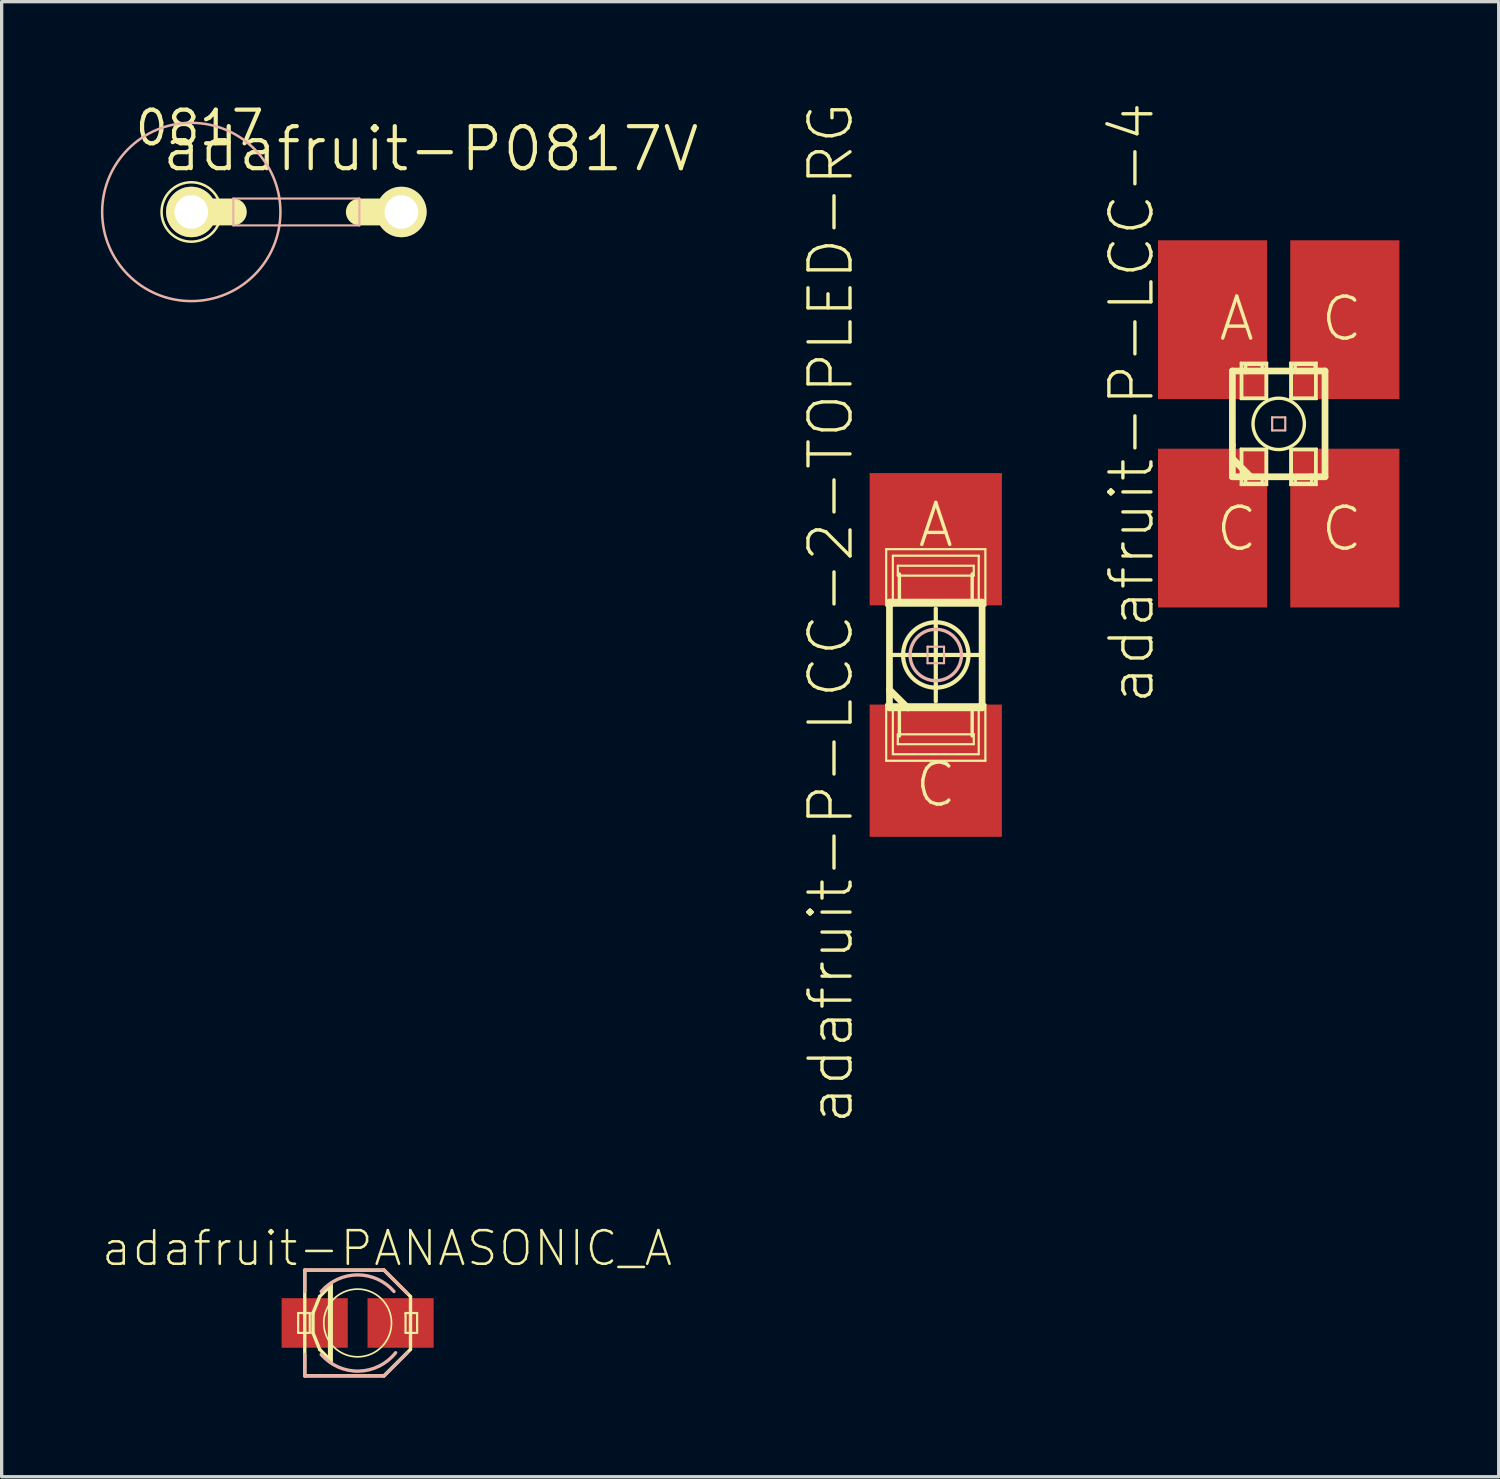
<source format=kicad_pcb>
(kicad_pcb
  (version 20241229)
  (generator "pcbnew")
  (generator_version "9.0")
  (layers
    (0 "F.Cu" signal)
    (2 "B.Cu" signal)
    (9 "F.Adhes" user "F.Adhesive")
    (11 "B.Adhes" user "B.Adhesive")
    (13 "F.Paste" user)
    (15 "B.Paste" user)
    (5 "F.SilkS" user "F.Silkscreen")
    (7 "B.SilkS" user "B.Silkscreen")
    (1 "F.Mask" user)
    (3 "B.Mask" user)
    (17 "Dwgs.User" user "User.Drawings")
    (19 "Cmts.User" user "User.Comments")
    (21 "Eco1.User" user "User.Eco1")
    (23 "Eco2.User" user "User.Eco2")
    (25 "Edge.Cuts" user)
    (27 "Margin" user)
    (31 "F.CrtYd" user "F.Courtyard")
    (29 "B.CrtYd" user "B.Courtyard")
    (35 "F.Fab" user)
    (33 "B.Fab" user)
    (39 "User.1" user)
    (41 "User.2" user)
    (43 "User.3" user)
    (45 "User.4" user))
  (footprint "adafruit-PANASONIC_A"
    (layer "F.Cu")
    (at 7.76 36.938)
    (property "Reference" "adafruit-PANASONIC_A" (at 0.889 -2.256 0) (layer "F.SilkS") (effects (font (size 1.016 1.016) (thickness 0.076))))
    (attr smd)
    (fp_line (start -1.798 -0.3) (end -1.448 -0.3) (stroke (width 0.066) (type solid)) (layer "F.SilkS"))
    (fp_line (start -1.798 0.3) (end -1.798 -0.3) (stroke (width 0.066) (type solid)) (layer "F.SilkS"))
    (fp_line (start -1.798 0.3) (end -1.448 0.3) (stroke (width 0.066) (type solid)) (layer "F.SilkS"))
    (fp_line (start -1.598 -1.598) (end 0.798 -1.598) (stroke (width 0.102) (type solid)) (layer "F.SilkS"))
    (fp_line (start -1.598 1.598) (end -1.598 -1.598) (stroke (width 0.102) (type solid)) (layer "F.SilkS"))
    (fp_line (start -1.448 0.3) (end -1.448 -0.3) (stroke (width 0.066) (type solid)) (layer "F.SilkS"))
    (fp_line (start -1.349 -0.3) (end -1.349 0.3) (stroke (width 0.102) (type solid)) (layer "F.SilkS"))
    (fp_line (start -1.349 0.3) (end -1.148 0.798) (stroke (width 0.102) (type solid)) (layer "F.SilkS"))
    (fp_line (start -1.148 -0.798) (end -1.349 -0.3) (stroke (width 0.102) (type solid)) (layer "F.SilkS"))
    (fp_line (start -1.148 0.798) (end -0.848 1.1) (stroke (width 0.102) (type solid)) (layer "F.SilkS"))
    (fp_line (start -0.848 -1.1) (end -1.148 -0.798) (stroke (width 0.102) (type solid)) (layer "F.SilkS"))
    (fp_line (start -0.848 -1.049) (end -0.848 -1.1) (stroke (width 0.102) (type solid)) (layer "F.SilkS"))
    (fp_line (start -0.848 1.1) (end -0.848 -1.049) (stroke (width 0.102) (type solid)) (layer "F.SilkS"))
    (fp_line (start -0.798 -1.199) (end -0.798 1.199) (stroke (width 0.102) (type solid)) (layer "F.SilkS"))
    (fp_line (start 0.798 -1.598) (end 1.598 -0.798) (stroke (width 0.102) (type solid)) (layer "F.SilkS"))
    (fp_line (start 0.798 1.598) (end -1.598 1.598) (stroke (width 0.102) (type solid)) (layer "F.SilkS"))
    (fp_line (start 1.448 -0.3) (end 1.798 -0.3) (stroke (width 0.066) (type solid)) (layer "F.SilkS"))
    (fp_line (start 1.448 0.3) (end 1.448 -0.3) (stroke (width 0.066) (type solid)) (layer "F.SilkS"))
    (fp_line (start 1.448 0.3) (end 1.798 0.3) (stroke (width 0.066) (type solid)) (layer "F.SilkS"))
    (fp_line (start 1.598 -0.798) (end 1.598 0.798) (stroke (width 0.102) (type solid)) (layer "F.SilkS"))
    (fp_line (start 1.598 0.798) (end 0.798 1.598) (stroke (width 0.102) (type solid)) (layer "F.SilkS"))
    (fp_line (start 1.798 0.3) (end 1.798 -0.3) (stroke (width 0.066) (type solid)) (layer "F.SilkS"))
    (fp_circle (center 0 0) (end -0.724 0.724) (stroke (width 0.051) (type solid)) (fill no) (layer "F.SilkS"))
    (fp_line (start -1.598 -1.598) (end 0.798 -1.598) (stroke (width 0.102) (type solid)) (layer "B.SilkS"))
    (fp_line (start -1.598 -0.95) (end -1.598 -1.598) (stroke (width 0.102) (type solid)) (layer "B.SilkS"))
    (fp_line (start -1.598 1.598) (end -1.598 0.95) (stroke (width 0.102) (type solid)) (layer "B.SilkS"))
    (fp_line (start 0.798 -1.598) (end 1.499 -0.899) (stroke (width 0.102) (type solid)) (layer "B.SilkS"))
    (fp_line (start 0.798 1.598) (end -1.598 1.598) (stroke (width 0.102) (type solid)) (layer "B.SilkS"))
    (fp_line (start 1.499 0.899) (end 0.798 1.598) (stroke (width 0.102) (type solid)) (layer "B.SilkS"))
    (fp_arc (start -1.09982 -0.94996) (mid -0.000798 -1.453282) (end 1.098776 -0.951168) (stroke (width 0.1016) (type solid)) (layer "B.SilkS"))
    (fp_arc (start 1.14808 0.89916) (mid 0.036109 1.455893) (end -1.100341 0.951002) (stroke (width 0.1016) (type solid)) (layer "B.SilkS"))
    (pad "+" smd rect (at 1.298 0) (size 1.999 1.499) (layers "F.Cu" "F.Mask" "F.Paste"))
    (pad "-" smd rect (at -1.298 0) (size 1.999 1.499) (layers "F.Cu" "F.Mask" "F.Paste")))
  (footprint "adafruit-P-LCC-2-TOPLED-RG"
    (layer "F.Cu")
    (at 25.235 16.747)
    (property "Reference" "adafruit-P-LCC-2-TOPLED-RG" (at -3.175 -1.27 90) (layer "F.SilkS") (effects (font (size 1.27 1.27) (thickness 0.102))))
    (attr smd)
    (fp_line (start -1.499 -3.198) (end 1.499 -3.198) (stroke (width 0.066) (type solid)) (layer "F.SilkS"))
    (fp_line (start -1.499 -1.499) (end -1.499 -3.198) (stroke (width 0.066) (type solid)) (layer "F.SilkS"))
    (fp_line (start -1.499 -1.499) (end 1.499 -1.499) (stroke (width 0.066) (type solid)) (layer "F.SilkS"))
    (fp_line (start -1.499 1.499) (end 1.499 1.499) (stroke (width 0.066) (type solid)) (layer "F.SilkS"))
    (fp_line (start -1.499 3.198) (end -1.499 1.499) (stroke (width 0.066) (type solid)) (layer "F.SilkS"))
    (fp_line (start -1.499 3.198) (end 1.499 3.198) (stroke (width 0.066) (type solid)) (layer "F.SilkS"))
    (fp_line (start -1.4 -1.598) (end -1.4 1.049) (stroke (width 0.203) (type solid)) (layer "F.SilkS"))
    (fp_line (start -1.4 0) (end 1.4 0) (stroke (width 0.127) (type solid)) (layer "F.SilkS"))
    (fp_line (start -1.4 1.049) (end -1.4 1.598) (stroke (width 0.203) (type solid)) (layer "F.SilkS"))
    (fp_line (start -1.4 1.598) (end -1.1 1.598) (stroke (width 0.203) (type solid)) (layer "F.SilkS"))
    (fp_line (start -1.298 -3) (end 1.298 -3) (stroke (width 0.066) (type solid)) (layer "F.SilkS"))
    (fp_line (start -1.298 -1.499) (end -1.298 -3) (stroke (width 0.066) (type solid)) (layer "F.SilkS"))
    (fp_line (start -1.298 -1.499) (end 1.298 -1.499) (stroke (width 0.066) (type solid)) (layer "F.SilkS"))
    (fp_line (start -1.298 1.499) (end 1.298 1.499) (stroke (width 0.066) (type solid)) (layer "F.SilkS"))
    (fp_line (start -1.298 3) (end -1.298 1.499) (stroke (width 0.066) (type solid)) (layer "F.SilkS"))
    (fp_line (start -1.298 3) (end 1.298 3) (stroke (width 0.066) (type solid)) (layer "F.SilkS"))
    (fp_line (start -1.148 -2.697) (end 1.148 -2.697) (stroke (width 0.066) (type solid)) (layer "F.SilkS"))
    (fp_line (start -1.148 -2.398) (end -1.148 -2.697) (stroke (width 0.066) (type solid)) (layer "F.SilkS"))
    (fp_line (start -1.148 -2.398) (end 1.148 -2.398) (stroke (width 0.066) (type solid)) (layer "F.SilkS"))
    (fp_line (start -1.148 2.398) (end 1.148 2.398) (stroke (width 0.066) (type solid)) (layer "F.SilkS"))
    (fp_line (start -1.148 2.697) (end -1.148 2.398) (stroke (width 0.066) (type solid)) (layer "F.SilkS"))
    (fp_line (start -1.148 2.697) (end 1.148 2.697) (stroke (width 0.066) (type solid)) (layer "F.SilkS"))
    (fp_line (start -1.1 -1.598) (end -1.1 -2.449) (stroke (width 0.102) (type solid)) (layer "F.SilkS"))
    (fp_line (start -1.1 1.598) (end -1.1 2.449) (stroke (width 0.102) (type solid)) (layer "F.SilkS"))
    (fp_line (start -1.1 1.598) (end -0.848 1.598) (stroke (width 0.203) (type solid)) (layer "F.SilkS"))
    (fp_line (start -0.848 1.598) (end -1.4 1.049) (stroke (width 0.203) (type solid)) (layer "F.SilkS"))
    (fp_line (start -0.848 1.598) (end 1.1 1.598) (stroke (width 0.203) (type solid)) (layer "F.SilkS"))
    (fp_line (start 0 1.4) (end 0 -1.4) (stroke (width 0.127) (type solid)) (layer "F.SilkS"))
    (fp_line (start 1.1 -2.449) (end 1.1 -1.598) (stroke (width 0.102) (type solid)) (layer "F.SilkS"))
    (fp_line (start 1.1 1.598) (end 1.4 1.598) (stroke (width 0.203) (type solid)) (layer "F.SilkS"))
    (fp_line (start 1.1 2.449) (end 1.1 1.598) (stroke (width 0.102) (type solid)) (layer "F.SilkS"))
    (fp_line (start 1.148 -2.398) (end 1.148 -2.697) (stroke (width 0.066) (type solid)) (layer "F.SilkS"))
    (fp_line (start 1.148 2.697) (end 1.148 2.398) (stroke (width 0.066) (type solid)) (layer "F.SilkS"))
    (fp_line (start 1.298 -1.499) (end 1.298 -3) (stroke (width 0.066) (type solid)) (layer "F.SilkS"))
    (fp_line (start 1.298 3) (end 1.298 1.499) (stroke (width 0.066) (type solid)) (layer "F.SilkS"))
    (fp_line (start 1.4 -1.598) (end -1.4 -1.598) (stroke (width 0.203) (type solid)) (layer "F.SilkS"))
    (fp_line (start 1.4 1.598) (end 1.4 -1.598) (stroke (width 0.203) (type solid)) (layer "F.SilkS"))
    (fp_line (start 1.499 -1.499) (end 1.499 -3.198) (stroke (width 0.066) (type solid)) (layer "F.SilkS"))
    (fp_line (start 1.499 3.198) (end 1.499 1.499) (stroke (width 0.066) (type solid)) (layer "F.SilkS"))
    (fp_circle (center 0 0) (end -0.699 0.699) (stroke (width 0.127) (type solid)) (fill no) (layer "F.SilkS"))
    (fp_line (start -0.249 -0.249) (end 0.249 -0.249) (stroke (width 0.066) (type solid)) (layer "B.SilkS"))
    (fp_line (start -0.249 0.249) (end -0.249 -0.249) (stroke (width 0.066) (type solid)) (layer "B.SilkS"))
    (fp_line (start -0.249 0.249) (end 0.249 0.249) (stroke (width 0.066) (type solid)) (layer "B.SilkS"))
    (fp_line (start 0.249 0.249) (end 0.249 -0.249) (stroke (width 0.066) (type solid)) (layer "B.SilkS"))
    (fp_circle (center 0 0) (end -0.549 0.549) (stroke (width 0.102) (type solid)) (fill no) (layer "B.SilkS"))
    (fp_text user "A" (at 0 -3.924 0) (layer "F.SilkS") (effects (font (size 1.27 1.27) (thickness 0.102))))
    (fp_text user "C" (at 0 3.924 0) (layer "F.SilkS") (effects (font (size 1.27 1.27) (thickness 0.102))))
    (pad "A" smd rect (at 0 -3.498) (size 3.998 3.998) (layers "F.Cu" "F.Mask" "F.Paste"))
    (pad "C" smd rect (at 0 3.498) (size 3.998 3.998) (layers "F.Cu" "F.Mask" "F.Paste")))
  (footprint "adafruit-P-LCC-4"
    (layer "F.Cu")
    (at 35.6 9.762)
    (property "Reference" "adafruit-P-LCC-4" (at -4.445 -0.635 90) (layer "F.SilkS") (effects (font (size 1.27 1.27) (thickness 0.102))))
    (attr smd)
    (fp_line (start -1.4 -1.598) (end -1.4 0.648) (stroke (width 0.203) (type solid)) (layer "F.SilkS"))
    (fp_line (start -1.4 1.049) (end -1.4 0.648) (stroke (width 0.203) (type solid)) (layer "F.SilkS"))
    (fp_line (start -1.4 1.049) (end -1.4 1.598) (stroke (width 0.203) (type solid)) (layer "F.SilkS"))
    (fp_line (start -1.4 1.598) (end -0.998 1.598) (stroke (width 0.203) (type solid)) (layer "F.SilkS"))
    (fp_line (start -1.148 -1.849) (end -0.348 -1.849) (stroke (width 0.066) (type solid)) (layer "F.SilkS"))
    (fp_line (start -1.148 -0.749) (end -1.148 -1.849) (stroke (width 0.066) (type solid)) (layer "F.SilkS"))
    (fp_line (start -1.148 -0.749) (end -0.348 -0.749) (stroke (width 0.066) (type solid)) (layer "F.SilkS"))
    (fp_line (start -1.148 0.749) (end -0.348 0.749) (stroke (width 0.066) (type solid)) (layer "F.SilkS"))
    (fp_line (start -1.148 1.849) (end -1.148 0.749) (stroke (width 0.066) (type solid)) (layer "F.SilkS"))
    (fp_line (start -1.148 1.849) (end -0.348 1.849) (stroke (width 0.066) (type solid)) (layer "F.SilkS"))
    (fp_line (start -1.1 -1.798) (end -0.399 -1.798) (stroke (width 0.066) (type solid)) (layer "F.SilkS"))
    (fp_line (start -1.1 -0.798) (end -1.1 -1.798) (stroke (width 0.066) (type solid)) (layer "F.SilkS"))
    (fp_line (start -1.1 -0.798) (end -0.399 -0.798) (stroke (width 0.066) (type solid)) (layer "F.SilkS"))
    (fp_line (start -1.1 0.798) (end -0.399 0.798) (stroke (width 0.066) (type solid)) (layer "F.SilkS"))
    (fp_line (start -1.1 1.798) (end -1.1 0.798) (stroke (width 0.066) (type solid)) (layer "F.SilkS"))
    (fp_line (start -1.1 1.798) (end -0.399 1.798) (stroke (width 0.066) (type solid)) (layer "F.SilkS"))
    (fp_line (start -0.998 -1.798) (end -0.498 -1.798) (stroke (width 0.102) (type solid)) (layer "F.SilkS"))
    (fp_line (start -0.998 -1.598) (end -1.4 -1.598) (stroke (width 0.203) (type solid)) (layer "F.SilkS"))
    (fp_line (start -0.998 -1.598) (end -0.998 -1.798) (stroke (width 0.102) (type solid)) (layer "F.SilkS"))
    (fp_line (start -0.998 1.598) (end -0.998 1.798) (stroke (width 0.102) (type solid)) (layer "F.SilkS"))
    (fp_line (start -0.998 1.598) (end -0.848 1.598) (stroke (width 0.203) (type solid)) (layer "F.SilkS"))
    (fp_line (start -0.998 1.798) (end -0.498 1.798) (stroke (width 0.102) (type solid)) (layer "F.SilkS"))
    (fp_line (start -0.848 1.598) (end -1.4 1.049) (stroke (width 0.203) (type solid)) (layer "F.SilkS"))
    (fp_line (start -0.848 1.598) (end 0.998 1.598) (stroke (width 0.203) (type solid)) (layer "F.SilkS"))
    (fp_line (start -0.498 -1.798) (end -0.498 -1.648) (stroke (width 0.102) (type solid)) (layer "F.SilkS"))
    (fp_line (start -0.498 1.798) (end -0.498 1.648) (stroke (width 0.102) (type solid)) (layer "F.SilkS"))
    (fp_line (start -0.399 -0.798) (end -0.399 -1.798) (stroke (width 0.066) (type solid)) (layer "F.SilkS"))
    (fp_line (start -0.399 1.798) (end -0.399 0.798) (stroke (width 0.066) (type solid)) (layer "F.SilkS"))
    (fp_line (start -0.348 -0.749) (end -0.348 -1.849) (stroke (width 0.066) (type solid)) (layer "F.SilkS"))
    (fp_line (start -0.348 1.849) (end -0.348 0.749) (stroke (width 0.066) (type solid)) (layer "F.SilkS"))
    (fp_line (start 0.348 -1.849) (end 1.148 -1.849) (stroke (width 0.066) (type solid)) (layer "F.SilkS"))
    (fp_line (start 0.348 -0.749) (end 0.348 -1.849) (stroke (width 0.066) (type solid)) (layer "F.SilkS"))
    (fp_line (start 0.348 -0.749) (end 1.148 -0.749) (stroke (width 0.066) (type solid)) (layer "F.SilkS"))
    (fp_line (start 0.348 0.749) (end 1.148 0.749) (stroke (width 0.066) (type solid)) (layer "F.SilkS"))
    (fp_line (start 0.348 1.849) (end 0.348 0.749) (stroke (width 0.066) (type solid)) (layer "F.SilkS"))
    (fp_line (start 0.348 1.849) (end 1.148 1.849) (stroke (width 0.066) (type solid)) (layer "F.SilkS"))
    (fp_line (start 0.399 -1.798) (end 1.1 -1.798) (stroke (width 0.066) (type solid)) (layer "F.SilkS"))
    (fp_line (start 0.399 -0.798) (end 0.399 -1.798) (stroke (width 0.066) (type solid)) (layer "F.SilkS"))
    (fp_line (start 0.399 -0.798) (end 1.1 -0.798) (stroke (width 0.066) (type solid)) (layer "F.SilkS"))
    (fp_line (start 0.399 0.798) (end 1.1 0.798) (stroke (width 0.066) (type solid)) (layer "F.SilkS"))
    (fp_line (start 0.399 1.798) (end 0.399 0.798) (stroke (width 0.066) (type solid)) (layer "F.SilkS"))
    (fp_line (start 0.399 1.798) (end 1.1 1.798) (stroke (width 0.066) (type solid)) (layer "F.SilkS"))
    (fp_line (start 0.498 -1.798) (end 1.1 -1.798) (stroke (width 0.102) (type solid)) (layer "F.SilkS"))
    (fp_line (start 0.498 -1.648) (end 0.498 -1.798) (stroke (width 0.102) (type solid)) (layer "F.SilkS"))
    (fp_line (start 0.498 1.648) (end 0.498 1.798) (stroke (width 0.102) (type solid)) (layer "F.SilkS"))
    (fp_line (start 0.498 1.798) (end 0.998 1.798) (stroke (width 0.102) (type solid)) (layer "F.SilkS"))
    (fp_line (start 0.998 1.598) (end 1.4 1.598) (stroke (width 0.203) (type solid)) (layer "F.SilkS"))
    (fp_line (start 0.998 1.798) (end 0.998 1.598) (stroke (width 0.102) (type solid)) (layer "F.SilkS"))
    (fp_line (start 1.1 -1.798) (end 1.1 -1.598) (stroke (width 0.102) (type solid)) (layer "F.SilkS"))
    (fp_line (start 1.1 -0.798) (end 1.1 -1.798) (stroke (width 0.066) (type solid)) (layer "F.SilkS"))
    (fp_line (start 1.1 1.798) (end 1.1 0.798) (stroke (width 0.066) (type solid)) (layer "F.SilkS"))
    (fp_line (start 1.148 -0.749) (end 1.148 -1.849) (stroke (width 0.066) (type solid)) (layer "F.SilkS"))
    (fp_line (start 1.148 1.849) (end 1.148 0.749) (stroke (width 0.066) (type solid)) (layer "F.SilkS"))
    (fp_line (start 1.4 -1.598) (end -0.998 -1.598) (stroke (width 0.203) (type solid)) (layer "F.SilkS"))
    (fp_line (start 1.4 1.598) (end 1.4 -1.598) (stroke (width 0.203) (type solid)) (layer "F.SilkS"))
    (fp_circle (center 0 0) (end -0.549 0.549) (stroke (width 0.102) (type solid)) (fill no) (layer "F.SilkS"))
    (fp_line (start -0.198 -0.198) (end 0.198 -0.198) (stroke (width 0.066) (type solid)) (layer "B.SilkS"))
    (fp_line (start -0.198 0.198) (end -0.198 -0.198) (stroke (width 0.066) (type solid)) (layer "B.SilkS"))
    (fp_line (start -0.198 0.198) (end 0.198 0.198) (stroke (width 0.066) (type solid)) (layer "B.SilkS"))
    (fp_line (start 0.198 0.198) (end 0.198 -0.198) (stroke (width 0.066) (type solid)) (layer "B.SilkS"))
    (fp_text user "A" (at -1.27 -3.175 0) (layer "F.SilkS") (effects (font (size 1.27 1.27) (thickness 0.102))))
    (fp_text user "C" (at -1.27 3.175 0) (layer "F.SilkS") (effects (font (size 1.27 1.27) (thickness 0.102))))
    (fp_text user "C" (at 1.905 3.175 0) (layer "F.SilkS") (effects (font (size 1.27 1.27) (thickness 0.102))))
    (fp_text user "C" (at 1.905 -3.175 0) (layer "F.SilkS") (effects (font (size 1.27 1.27) (thickness 0.102))))
    (pad "A" smd rect (at -1.999 -3.15) (size 3.299 4.798) (layers "F.Cu" "F.Mask" "F.Paste"))
    (pad "C@1" smd rect (at -1.999 3.15) (size 3.299 4.798) (layers "F.Cu" "F.Mask" "F.Paste"))
    (pad "C@3" smd rect (at 1.999 -3.15) (size 3.299 4.798) (layers "F.Cu" "F.Mask" "F.Paste"))
    (pad "C@4" smd rect (at 1.999 3.15) (size 3.299 4.798) (layers "F.Cu" "F.Mask" "F.Paste")))
  (footprint "adafruit-P0817V"
    (layer "F.Cu")
    (at 7.812 3.357)
    (property "Reference" "adafruit-P0817V" (at 2.159 -1.905 0) (layer "F.SilkS") (effects (font (size 1.27 1.27) (thickness 0.127))))
    (attr exclude_from_pos_files exclude_from_bom)
    (fp_line (start -3.81 0) (end -5.08 0) (stroke (width 0.813) (type solid)) (layer "F.SilkS"))
    (fp_line (start 1.27 0) (end 0 0) (stroke (width 0.813) (type solid)) (layer "F.SilkS"))
    (fp_circle (center -5.08 0) (end -5.715 0.635) (stroke (width 0.076) (type solid)) (fill no) (layer "F.SilkS"))
    (fp_line (start -3.81 -0.406) (end 0 -0.406) (stroke (width 0.066) (type solid)) (layer "B.SilkS"))
    (fp_line (start -3.81 0.406) (end -3.81 -0.406) (stroke (width 0.066) (type solid)) (layer "B.SilkS"))
    (fp_line (start -3.81 0.406) (end 0 0.406) (stroke (width 0.066) (type solid)) (layer "B.SilkS"))
    (fp_line (start 0 0.406) (end 0 -0.406) (stroke (width 0.066) (type solid)) (layer "B.SilkS"))
    (fp_circle (center -5.08 0) (end -6.985 1.905) (stroke (width 0.076) (type solid)) (fill no) (layer "B.SilkS"))
    (fp_text user "0817" (at -4.826 -2.54 0) (layer "F.SilkS") (effects (font (size 1.016 1.016) (thickness 0.127))))
    (pad "1" thru_hole circle (at -5.08 0) (size 1.524 1.524) (drill 1.016) (layers "*.Cu" "F.Mask" "F.SilkS" "F.Paste"))
    (pad "2" thru_hole circle (at 1.27 0) (size 1.524 1.524) (drill 1.016) (layers "*.Cu" "F.Mask" "F.SilkS" "F.Paste")))
  (gr_rect
    (start -3 -3)
    (end 42.249 41.586)
    (stroke (width 0.1) (type default))
    (fill no)
    (layer "Edge.Cuts")))
</source>
